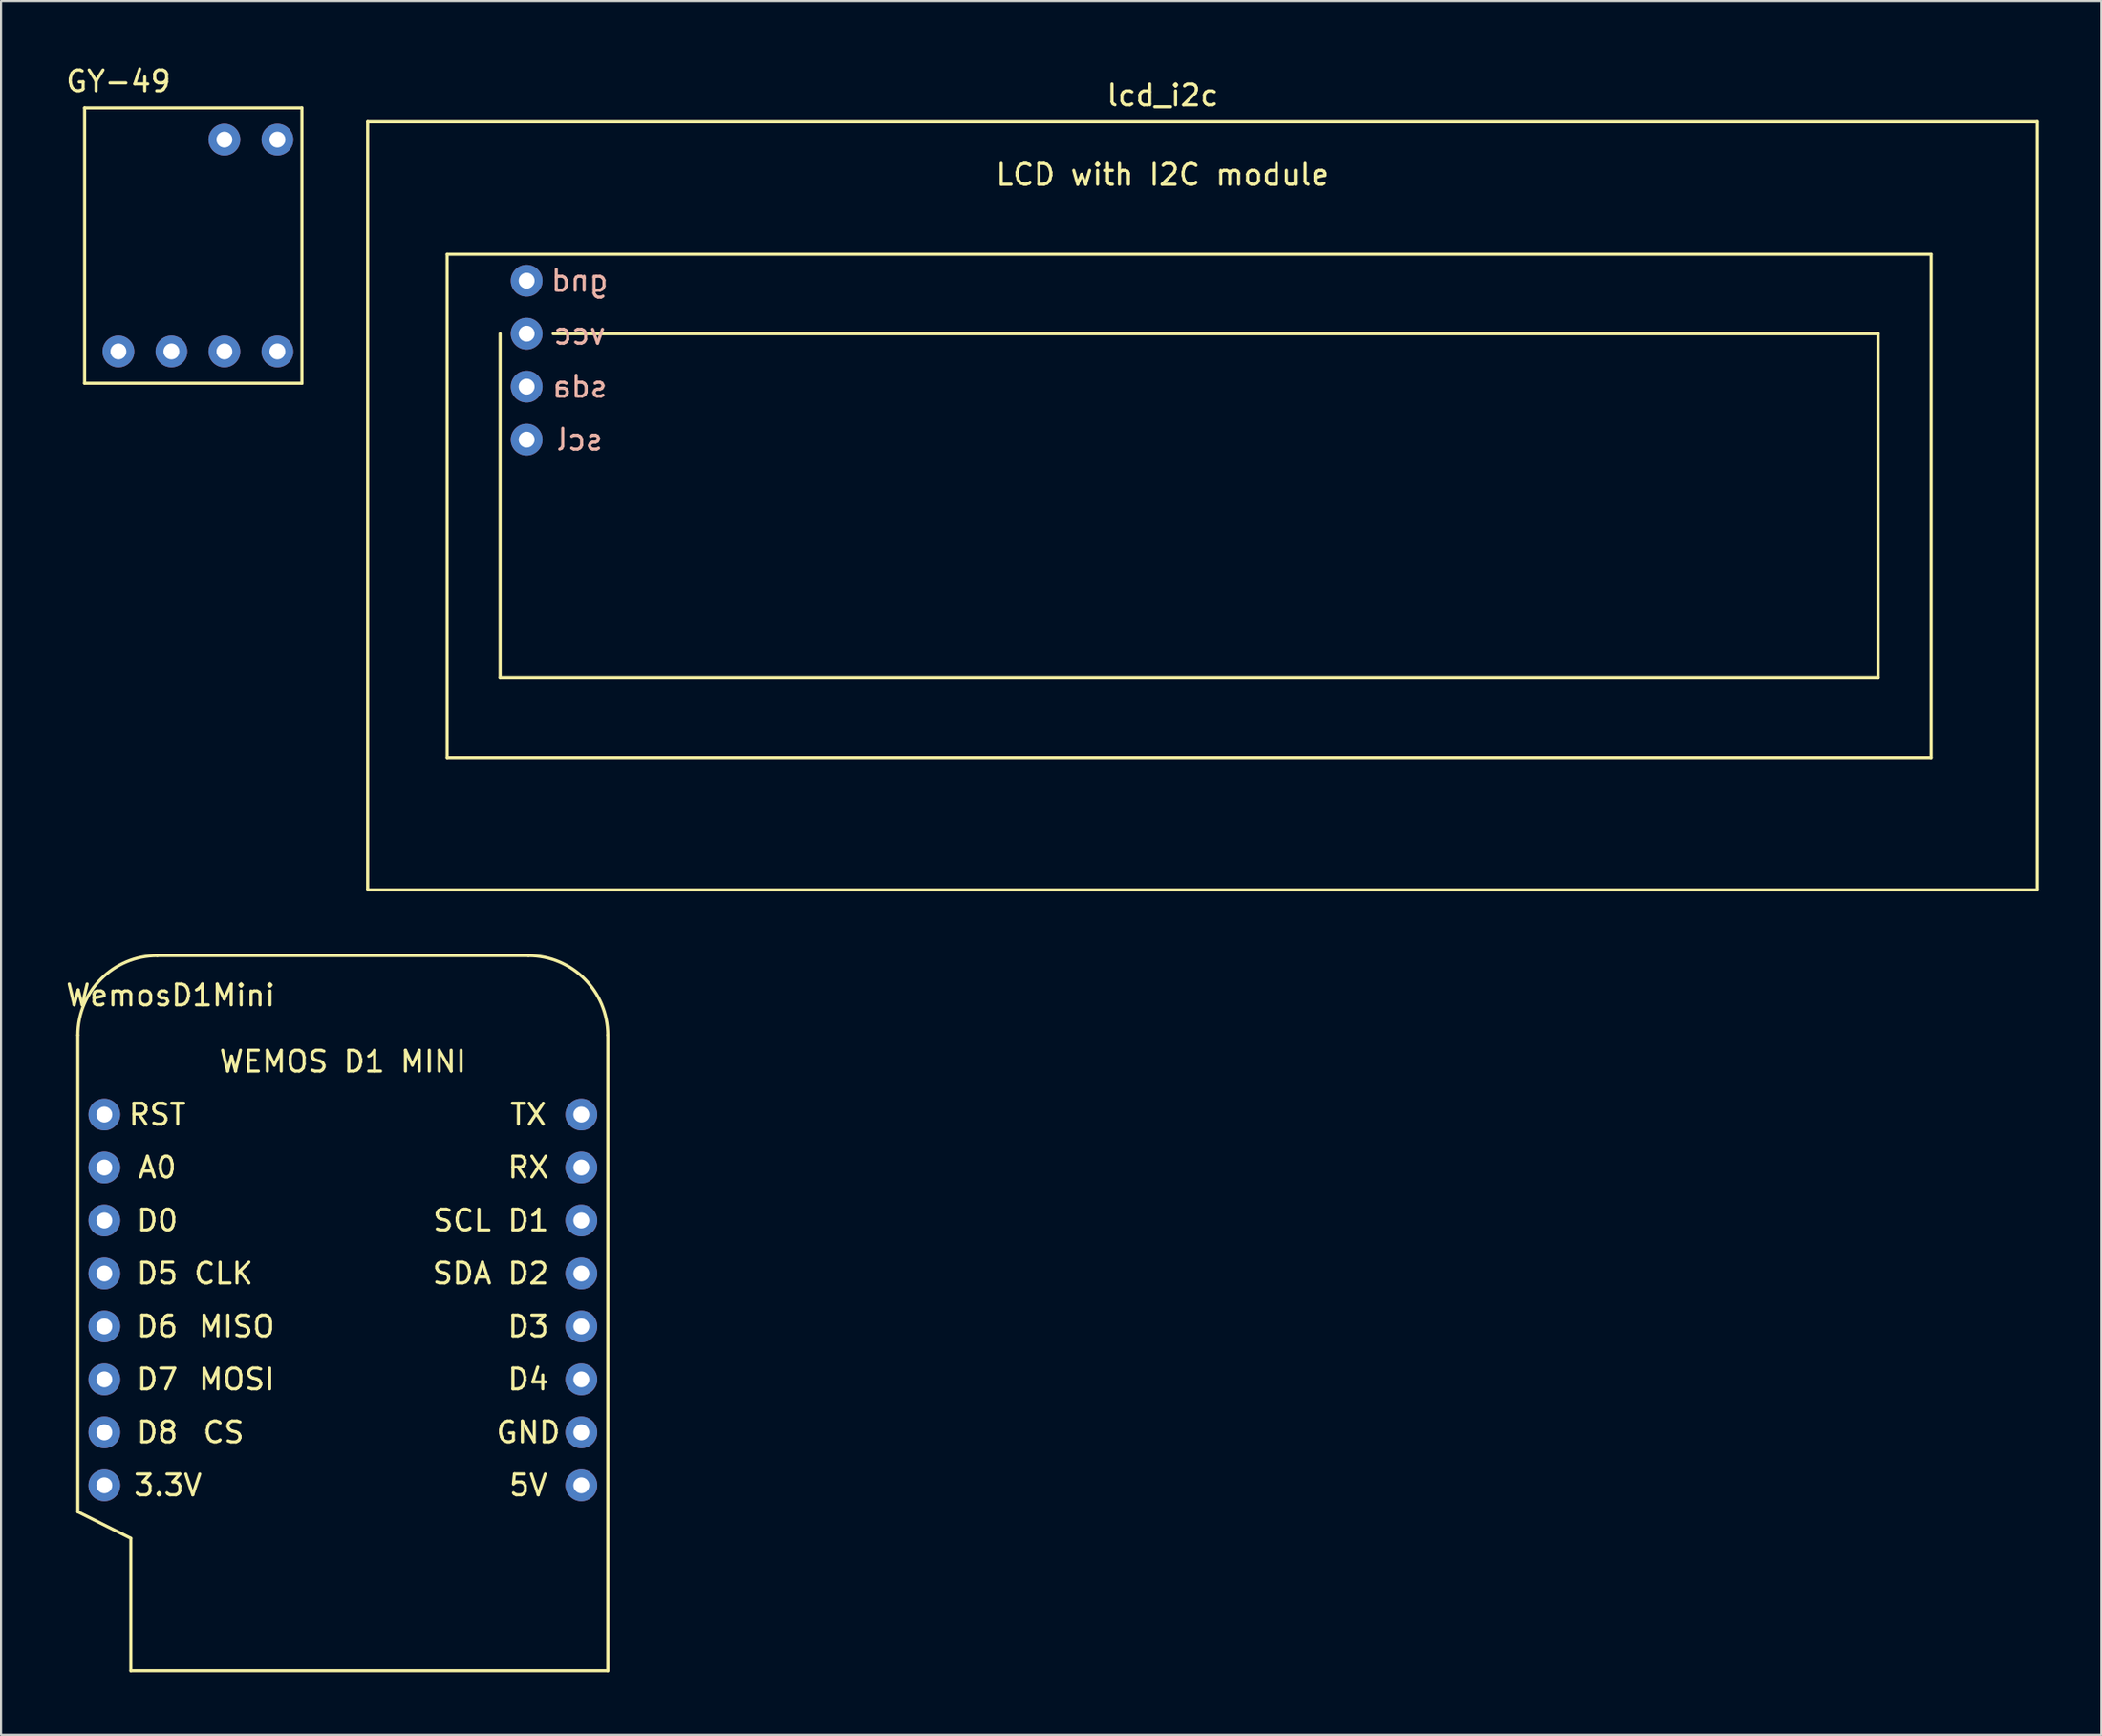
<source format=kicad_pcb>
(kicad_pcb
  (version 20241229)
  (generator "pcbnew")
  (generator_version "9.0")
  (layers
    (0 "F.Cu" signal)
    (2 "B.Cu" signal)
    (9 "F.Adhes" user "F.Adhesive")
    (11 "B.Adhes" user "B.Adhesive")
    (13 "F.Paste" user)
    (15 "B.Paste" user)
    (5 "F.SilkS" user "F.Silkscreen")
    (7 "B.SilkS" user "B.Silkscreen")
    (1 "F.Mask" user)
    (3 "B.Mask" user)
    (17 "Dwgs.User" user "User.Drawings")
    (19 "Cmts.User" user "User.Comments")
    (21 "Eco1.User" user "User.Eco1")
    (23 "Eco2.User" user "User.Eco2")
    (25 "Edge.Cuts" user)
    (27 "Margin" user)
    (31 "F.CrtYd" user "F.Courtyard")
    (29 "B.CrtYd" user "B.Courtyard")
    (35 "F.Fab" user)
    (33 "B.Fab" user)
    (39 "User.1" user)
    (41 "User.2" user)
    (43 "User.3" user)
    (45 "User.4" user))
  (footprint "lcd_i2c"
    (layer "F.Cu")
    (at 52.669 0.25)
    (property "Reference" "lcd_i2c" (at 0 1.27 0) (layer "F.SilkS") (effects (font (size 1 1) (thickness 0.15))))
    (attr through_hole)
    (fp_line (start -38.1 2.54) (end 41.91 2.54) (stroke (width 0.15) (type solid)) (layer "F.SilkS"))
    (fp_line (start -38.1 39.37) (end -38.1 2.54) (stroke (width 0.15) (type solid)) (layer "F.SilkS"))
    (fp_line (start -34.29 8.89) (end -34.29 33.02) (stroke (width 0.15) (type solid)) (layer "F.SilkS"))
    (fp_line (start -34.29 33.02) (end 36.83 33.02) (stroke (width 0.15) (type solid)) (layer "F.SilkS"))
    (fp_line (start -31.75 12.7) (end -31.75 29.21) (stroke (width 0.15) (type solid)) (layer "F.SilkS"))
    (fp_line (start -31.75 29.21) (end 34.29 29.21) (stroke (width 0.15) (type solid)) (layer "F.SilkS"))
    (fp_line (start 34.29 12.7) (end -29.21 12.7) (stroke (width 0.15) (type solid)) (layer "F.SilkS"))
    (fp_line (start 34.29 29.21) (end 34.29 12.7) (stroke (width 0.15) (type solid)) (layer "F.SilkS"))
    (fp_line (start 36.83 8.89) (end -34.29 8.89) (stroke (width 0.15) (type solid)) (layer "F.SilkS"))
    (fp_line (start 36.83 33.02) (end 36.83 8.89) (stroke (width 0.15) (type solid)) (layer "F.SilkS"))
    (fp_line (start 41.91 2.54) (end 41.91 39.37) (stroke (width 0.15) (type solid)) (layer "F.SilkS"))
    (fp_line (start 41.91 39.37) (end -38.1 39.37) (stroke (width 0.15) (type solid)) (layer "F.SilkS"))
    (fp_text user "LCD with I2C module" (at 0 5.08 0) (layer "F.SilkS") (effects (font (size 1 1) (thickness 0.15))))
    (fp_text user "gnd" (at -27.94 10.16 0) (layer "B.SilkS") (effects (font (size 1 1) (thickness 0.15)) (justify mirror)))
    (fp_text user "sda" (at -27.94 15.24 0) (layer "B.SilkS") (effects (font (size 1 1) (thickness 0.15)) (justify mirror)))
    (fp_text user "vcc" (at -27.94 12.7 0) (layer "B.SilkS") (effects (font (size 1 1) (thickness 0.15)) (justify mirror)))
    (fp_text user "scl" (at -27.94 17.78 0) (layer "B.SilkS") (effects (font (size 1 1) (thickness 0.15)) (justify mirror)))
    (pad "1" thru_hole circle (at -30.48 10.16) (size 1.524 1.524) (drill 0.762) (layers "*.Cu" "*.Mask"))
    (pad "2" thru_hole circle (at -30.48 12.7) (size 1.524 1.524) (drill 0.762) (layers "*.Cu" "*.Mask"))
    (pad "3" thru_hole circle (at -30.48 15.24) (size 1.524 1.524) (drill 0.762) (layers "*.Cu" "*.Mask"))
    (pad "4" thru_hole circle (at -30.48 17.78) (size 1.524 1.524) (drill 0.762) (layers "*.Cu" "*.Mask")))
  (footprint "WemosD1Mini"
    (layer "F.Cu")
    (at 1.95 50.39)
    (property "Reference" "WemosD1Mini" (at 3.175 -5.715 0) (layer "F.SilkS") (effects (font (size 1 1) (thickness 0.15))))
    (attr through_hole)
    (fp_line (start -1.27 -3.81) (end -1.27 19.05) (stroke (width 0.15) (type solid)) (layer "F.SilkS"))
    (fp_line (start 1.27 20.32) (end -1.27 19.05) (stroke (width 0.15) (type solid)) (layer "F.SilkS"))
    (fp_line (start 1.27 26.67) (end 1.27 20.32) (stroke (width 0.15) (type solid)) (layer "F.SilkS"))
    (fp_line (start 1.27 26.67) (end 24.13 26.67) (stroke (width 0.15) (type solid)) (layer "F.SilkS"))
    (fp_line (start 20.32 -7.62) (end 2.54 -7.62) (stroke (width 0.15) (type solid)) (layer "F.SilkS"))
    (fp_line (start 24.13 26.67) (end 24.13 -3.81) (stroke (width 0.15) (type solid)) (layer "F.SilkS"))
    (fp_arc (start -1.27 -3.81) (mid -0.154077 -6.504077) (end 2.54 -7.62) (stroke (width 0.15) (type solid)) (layer "F.SilkS"))
    (fp_arc (start 20.32 -7.62) (mid 23.014077 -6.504077) (end 24.13 -3.81) (stroke (width 0.15) (type solid)) (layer "F.SilkS"))
    (fp_text user "D8" (at 2.54 15.24 0) (layer "F.SilkS") (effects (font (size 1 1) (thickness 0.15))))
    (fp_text user "GND" (at 20.32 15.24 0) (layer "F.SilkS") (effects (font (size 1 1) (thickness 0.15))))
    (fp_text user "D5" (at 2.54 7.62 0) (layer "F.SilkS") (effects (font (size 1 1) (thickness 0.15))))
    (fp_text user "CLK" (at 5.715 7.62 0) (layer "F.SilkS") (effects (font (size 1 1) (thickness 0.15))))
    (fp_text user "MISO" (at 6.35 10.16 0) (layer "F.SilkS") (effects (font (size 1 1) (thickness 0.15))))
    (fp_text user "D0" (at 2.54 5.08 0) (layer "F.SilkS") (effects (font (size 1 1) (thickness 0.15))))
    (fp_text user "5V" (at 20.32 17.78 0) (layer "F.SilkS") (effects (font (size 1 1) (thickness 0.15))))
    (fp_text user "D6" (at 2.54 10.16 0) (layer "F.SilkS") (effects (font (size 1 1) (thickness 0.15))))
    (fp_text user "SDA" (at 17.145 7.62 0) (layer "F.SilkS") (effects (font (size 1 1) (thickness 0.15))))
    (fp_text user "MOSI" (at 6.35 12.7 0) (layer "F.SilkS") (effects (font (size 1 1) (thickness 0.15))))
    (fp_text user "CS" (at 5.715 15.24 0) (layer "F.SilkS") (effects (font (size 1 1) (thickness 0.15))))
    (fp_text user "SCL" (at 17.145 5.08 0) (layer "F.SilkS") (effects (font (size 1 1) (thickness 0.15))))
    (fp_text user "D4" (at 20.32 12.7 0) (layer "F.SilkS") (effects (font (size 1 1) (thickness 0.15))))
    (fp_text user "A0" (at 2.54 2.54 0) (layer "F.SilkS") (effects (font (size 1 1) (thickness 0.15))))
    (fp_text user "D1" (at 20.32 5.08 0) (layer "F.SilkS") (effects (font (size 1 1) (thickness 0.15))))
    (fp_text user "3.3V" (at 3.048 17.78 0) (layer "F.SilkS") (effects (font (size 1 1) (thickness 0.15))))
    (fp_text user "WEMOS D1 MINI" (at 11.43 -2.54 0) (layer "F.SilkS") (effects (font (size 1 1) (thickness 0.15))))
    (fp_text user "D7" (at 2.54 12.7 0) (layer "F.SilkS") (effects (font (size 1 1) (thickness 0.15))))
    (fp_text user "TX" (at 20.32 0 0) (layer "F.SilkS") (effects (font (size 1 1) (thickness 0.15))))
    (fp_text user "RST" (at 2.54 0 0) (layer "F.SilkS") (effects (font (size 1 1) (thickness 0.15))))
    (fp_text user "D2" (at 20.32 7.62 0) (layer "F.SilkS") (effects (font (size 1 1) (thickness 0.15))))
    (fp_text user "D3" (at 20.32 10.16 0) (layer "F.SilkS") (effects (font (size 1 1) (thickness 0.15))))
    (fp_text user "RX" (at 20.32 2.54 0) (layer "F.SilkS") (effects (font (size 1 1) (thickness 0.15))))
    (pad "1" thru_hole circle (at 0 0) (size 1.524 1.524) (drill 0.762) (layers "*.Cu" "*.Mask"))
    (pad "2" thru_hole circle (at 0 2.54) (size 1.524 1.524) (drill 0.762) (layers "*.Cu" "*.Mask"))
    (pad "3" thru_hole circle (at 0 5.08) (size 1.524 1.524) (drill 0.762) (layers "*.Cu" "*.Mask"))
    (pad "4" thru_hole circle (at 0 7.62) (size 1.524 1.524) (drill 0.762) (layers "*.Cu" "*.Mask"))
    (pad "5" thru_hole circle (at 0 10.16) (size 1.524 1.524) (drill 0.762) (layers "*.Cu" "*.Mask"))
    (pad "6" thru_hole circle (at 0 12.7) (size 1.524 1.524) (drill 0.762) (layers "*.Cu" "*.Mask"))
    (pad "7" thru_hole circle (at 0 15.24) (size 1.524 1.524) (drill 0.762) (layers "*.Cu" "*.Mask"))
    (pad "8" thru_hole circle (at 0 17.78) (size 1.524 1.524) (drill 0.762) (layers "*.Cu" "*.Mask"))
    (pad "9" thru_hole circle (at 22.86 0) (size 1.524 1.524) (drill 0.762) (layers "*.Cu" "*.Mask"))
    (pad "10" thru_hole circle (at 22.86 2.54) (size 1.524 1.524) (drill 0.762) (layers "*.Cu" "*.Mask"))
    (pad "11" thru_hole circle (at 22.86 5.08) (size 1.524 1.524) (drill 0.762) (layers "*.Cu" "*.Mask"))
    (pad "12" thru_hole circle (at 22.86 7.62) (size 1.524 1.524) (drill 0.762) (layers "*.Cu" "*.Mask"))
    (pad "13" thru_hole circle (at 22.86 10.16) (size 1.524 1.524) (drill 0.762) (layers "*.Cu" "*.Mask"))
    (pad "14" thru_hole circle (at 22.86 12.7) (size 1.524 1.524) (drill 0.762) (layers "*.Cu" "*.Mask"))
    (pad "15" thru_hole circle (at 22.86 15.24) (size 1.524 1.524) (drill 0.762) (layers "*.Cu" "*.Mask"))
    (pad "16" thru_hole circle (at 22.86 17.78) (size 1.524 1.524) (drill 0.762) (layers "*.Cu" "*.Mask")))
  (footprint "GY-49"
    (layer "F.Cu")
    (at 5.165 2.118)
    (property "Reference" "GY-49" (at -2.54 -1.27 0) (layer "F.SilkS") (effects (font (size 1 1) (thickness 0.15))))
    (attr through_hole)
    (fp_line (start -4.16 13.211) (end -4.16 0.003) (stroke (width 0.15) (type solid)) (layer "F.SilkS"))
    (fp_line (start 6.254 0.003) (end -4.16 0.003) (stroke (width 0.15) (type solid)) (layer "F.SilkS"))
    (fp_line (start 6.254 13.211) (end -4.16 13.211) (stroke (width 0.15) (type solid)) (layer "F.SilkS"))
    (fp_line (start 6.254 13.211) (end 6.254 0.003) (stroke (width 0.15) (type solid)) (layer "F.SilkS"))
    (pad "1" thru_hole circle (at -2.54 11.684) (size 1.524 1.524) (drill 0.762) (layers "*.Cu" "*.Mask"))
    (pad "2" thru_hole circle (at 0 11.684) (size 1.524 1.524) (drill 0.762) (layers "*.Cu" "*.Mask"))
    (pad "3" thru_hole circle (at 2.54 11.684) (size 1.524 1.524) (drill 0.762) (layers "*.Cu" "*.Mask"))
    (pad "4" thru_hole circle (at 5.08 11.684) (size 1.524 1.524) (drill 0.762) (layers "*.Cu" "*.Mask"))
    (pad "5" thru_hole circle (at 2.54 1.524) (size 1.524 1.524) (drill 0.762) (layers "*.Cu" "*.Mask"))
    (pad "6" thru_hole circle (at 5.08 1.524) (size 1.524 1.524) (drill 0.762) (layers "*.Cu" "*.Mask")))
  (gr_rect
    (start -3 -3)
    (end 97.654 80.135)
    (stroke (width 0.1) (type default))
    (fill no)
    (layer "Edge.Cuts")))
</source>
